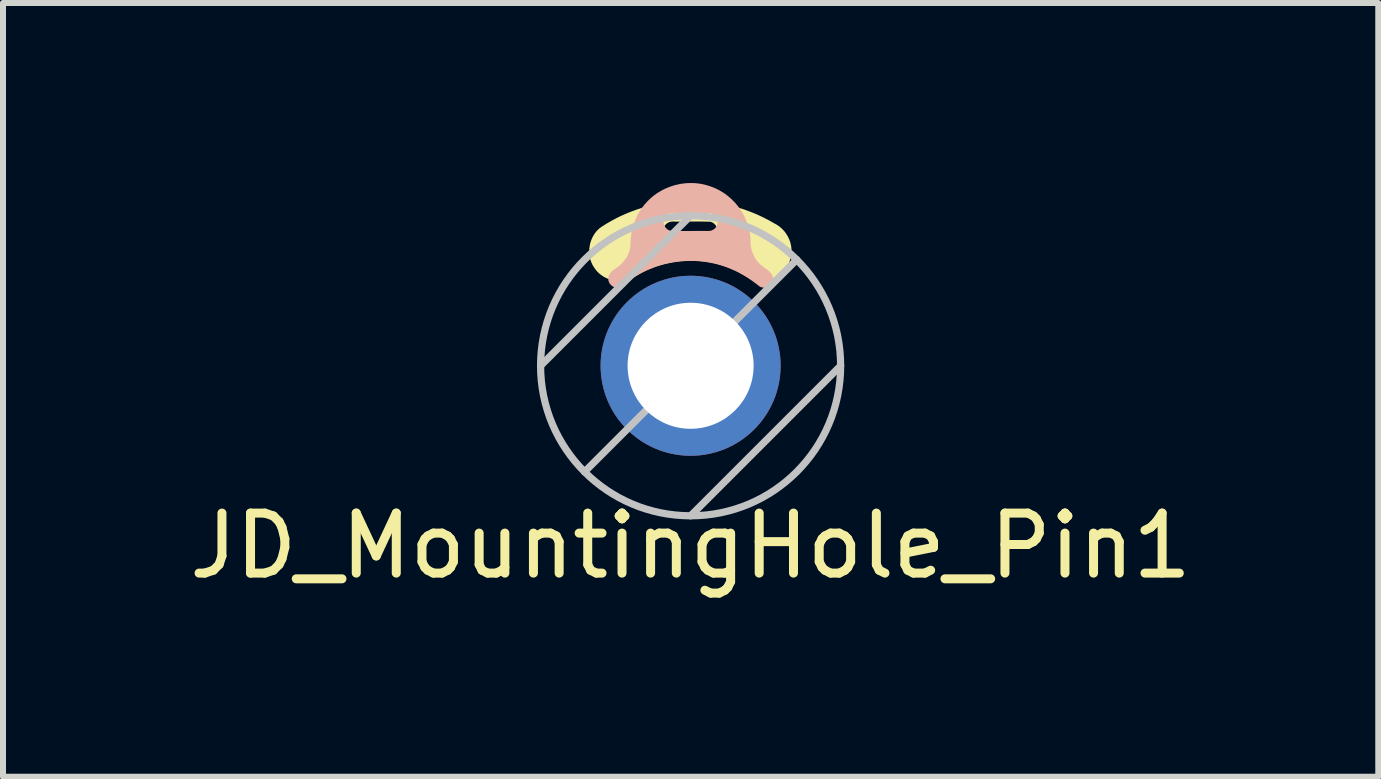
<source format=kicad_pcb>
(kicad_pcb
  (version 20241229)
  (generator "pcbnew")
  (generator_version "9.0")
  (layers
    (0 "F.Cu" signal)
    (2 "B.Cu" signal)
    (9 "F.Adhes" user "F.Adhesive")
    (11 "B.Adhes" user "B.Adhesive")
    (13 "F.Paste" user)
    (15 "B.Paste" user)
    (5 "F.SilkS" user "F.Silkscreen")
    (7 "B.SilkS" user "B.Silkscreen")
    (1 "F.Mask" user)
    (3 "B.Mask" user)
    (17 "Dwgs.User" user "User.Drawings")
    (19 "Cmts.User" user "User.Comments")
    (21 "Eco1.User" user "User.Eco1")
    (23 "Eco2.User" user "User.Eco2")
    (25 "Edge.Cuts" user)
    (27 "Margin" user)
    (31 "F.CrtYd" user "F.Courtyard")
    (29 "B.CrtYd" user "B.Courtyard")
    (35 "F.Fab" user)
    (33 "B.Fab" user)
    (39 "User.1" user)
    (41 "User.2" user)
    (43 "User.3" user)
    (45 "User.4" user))
  (footprint "JD_MountingHole_Pin1"
    (layer "F.Cu")
    (at 8.458 3.045)
    (property "Reference" "JD_MountingHole_Pin1" (at 0 3 0) (layer "F.SilkS") (effects (font (size 1 1) (thickness 0.15))))
    (attr through_hole)
    (fp_poly (pts (xy 0.000316 -2.753) (xy -0.304 -2.403) (xy -0.287 -2.403) (xy -0.269 -2.403) (xy -0.252 -2.402) (xy -0.234 -2.402) (xy -0.217 -2.402) (xy -0.199 -2.402) (xy -0.182 -2.402) (xy -0.164 -2.402) (xy -0.147 -2.402) (xy -0.129 -2.403) (xy -0.112 -2.403) (xy -0.094 -2.403) (xy -0.077 -2.403) (xy -0.059 -2.403) (xy -0.042 -2.403) (xy -0.024 -2.403) (xy -0.006 -2.403) (xy 0.011 -2.403) (xy 0.029 -2.403) (xy 0.046 -2.403) (xy 0.064 -2.403) (xy 0.081 -2.403) (xy 0.099 -2.403) (xy 0.116 -2.403) (xy 0.134 -2.403) (xy 0.151 -2.403) (xy 0.169 -2.403) (xy 0.186 -2.403) (xy 0.204 -2.403) (xy 0.221 -2.402) (xy 0.239 -2.402) (xy 0.256 -2.402) (xy 0.274 -2.401) (xy 0.291 -2.401) (xy 0.308 -2.4) (xy 0.326 -2.4) (xy 0.34 -2.397) (xy 0.354 -2.392) (xy 0.367 -2.386) (xy 0.379 -2.378) (xy 0.39 -2.37) (xy 0.4 -2.36) (xy 0.41 -2.35) (xy 0.418 -2.339) (xy 0.425 -2.327) (xy 0.431 -2.314) (xy 0.437 -2.301) (xy 0.44 -2.287) (xy 0.443 -2.273) (xy 0.445 -2.26) (xy 0.445 -2.245) (xy 0.444 -2.231) (xy 0.442 -2.218) (xy 0.438 -2.204) (xy 0.433 -2.191) (xy 0.427 -2.178) (xy 0.419 -2.166) (xy 0.409 -2.155) (xy 0.398 -2.142) (xy 0.385 -2.132) (xy 0.372 -2.123) (xy 0.358 -2.117) (xy 0.343 -2.111) (xy 0.328 -2.107) (xy 0.312 -2.105) (xy 0.297 -2.103) (xy 0.28 -2.102) (xy 0.264 -2.102) (xy 0.248 -2.102) (xy 0.231 -2.102) (xy 0.215 -2.103) (xy 0.198 -2.103) (xy 0.182 -2.104) (xy 0.166 -2.104) (xy 0.151 -2.103) (xy 0.133 -2.103) (xy 0.116 -2.103) (xy 0.099 -2.103) (xy 0.082 -2.103) (xy 0.064 -2.103) (xy 0.047 -2.103) (xy 0.03 -2.103) (xy 0.012 -2.103) (xy -0.005 -2.103) (xy -0.022 -2.103) (xy -0.04 -2.103) (xy -0.057 -2.103) (xy -0.074 -2.103) (xy -0.092 -2.102) (xy -0.109 -2.102) (xy -0.126 -2.102) (xy -0.144 -2.102) (xy -0.161 -2.102) (xy -0.178 -2.102) (xy -0.196 -2.102) (xy -0.213 -2.103) (xy -0.23 -2.103) (xy -0.248 -2.103) (xy -0.265 -2.103) (xy -0.282 -2.104) (xy -0.3 -2.104) (xy -0.317 -2.105) (xy -0.334 -2.106) (xy -0.349 -2.109) (xy -0.362 -2.113) (xy -0.375 -2.119) (xy -0.387 -2.127) (xy -0.399 -2.135) (xy -0.409 -2.145) (xy -0.418 -2.155) (xy -0.427 -2.166) (xy -0.434 -2.178) (xy -0.44 -2.191) (xy -0.445 -2.204) (xy -0.449 -2.218) (xy -0.452 -2.231) (xy -0.454 -2.245) (xy -0.454 -2.259) (xy -0.453 -2.273) (xy -0.451 -2.287) (xy -0.448 -2.301) (xy -0.443 -2.314) (xy -0.436 -2.327) (xy -0.428 -2.339) (xy -0.419 -2.35) (xy -0.408 -2.362) (xy -0.395 -2.372) (xy -0.382 -2.381) (xy -0.367 -2.389) (xy -0.352 -2.395) (xy -0.336 -2.399) (xy -0.32 -2.402) (xy -0.304 -2.403) (xy 0.000316 -2.753) (xy -0.017 -2.753) (xy -0.034 -2.753) (xy -0.052 -2.752) (xy -0.069 -2.752) (xy -0.086 -2.751) (xy -0.103 -2.751) (xy -0.121 -2.75) (xy -0.138 -2.749) (xy -0.155 -2.748) (xy -0.172 -2.747) (xy -0.19 -2.746) (xy -0.207 -2.745) (xy -0.224 -2.743) (xy -0.241 -2.742) (xy -0.259 -2.74) (xy -0.276 -2.739) (xy -0.293 -2.737) (xy -0.31 -2.735) (xy -0.328 -2.733) (xy -0.345 -2.731) (xy -0.362 -2.729) (xy -0.379 -2.726) (xy -0.396 -2.724) (xy -0.413 -2.721) (xy -0.43 -2.719) (xy -0.448 -2.716) (xy -0.465 -2.713) (xy -0.482 -2.71) (xy -0.499 -2.707) (xy -0.516 -2.704) (xy -0.533 -2.701) (xy -0.55 -2.697) (xy -0.567 -2.694) (xy -0.584 -2.69) (xy -0.601 -2.686) (xy -0.618 -2.683) (xy -0.634 -2.679) (xy -0.651 -2.675) (xy -0.668 -2.671) (xy -0.685 -2.666) (xy -0.702 -2.662) (xy -0.718 -2.658) (xy -0.735 -2.653) (xy -0.752 -2.648) (xy -0.768 -2.644) (xy -0.785 -2.639) (xy -0.802 -2.634) (xy -0.818 -2.629) (xy -0.835 -2.623) (xy -0.851 -2.618) (xy -0.868 -2.613) (xy -0.884 -2.607) (xy -0.9 -2.602) (xy -0.917 -2.596) (xy -0.933 -2.59) (xy -0.949 -2.584) (xy -0.966 -2.578) (xy -0.982 -2.572) (xy -0.998 -2.566) (xy -1.014 -2.56) (xy -1.03 -2.553) (xy -1.046 -2.547) (xy -1.062 -2.54) (xy -1.078 -2.533) (xy -1.094 -2.526) (xy -1.11 -2.519) (xy -1.126 -2.512) (xy -1.141 -2.505) (xy -1.157 -2.498) (xy -1.173 -2.491) (xy -1.188 -2.483) (xy -1.204 -2.476) (xy -1.219 -2.468) (xy -1.235 -2.46) (xy -1.25 -2.452) (xy -1.265 -2.444) (xy -1.281 -2.436) (xy -1.296 -2.428) (xy -1.311 -2.42) (xy -1.326 -2.411) (xy -1.341 -2.403) (xy -1.356 -2.394) (xy -1.371 -2.385) (xy -1.386 -2.377) (xy -1.401 -2.368) (xy -1.416 -2.359) (xy -1.43 -2.35) (xy -1.445 -2.34) (xy -1.46 -2.331) (xy -1.474 -2.322) (xy -1.489 -2.312) (xy -1.503 -2.302) (xy -1.516 -2.292) (xy -1.528 -2.282) (xy -1.539 -2.271) (xy -1.551 -2.26) (xy -1.562 -2.249) (xy -1.572 -2.237) (xy -1.582 -2.224) (xy -1.592 -2.212) (xy -1.601 -2.199) (xy -1.609 -2.186) (xy -1.618 -2.173) (xy -1.625 -2.159) (xy -1.633 -2.145) (xy -1.64 -2.131) (xy -1.646 -2.116) (xy -1.652 -2.102) (xy -1.658 -2.087) (xy -1.663 -2.072) (xy -1.668 -2.057) (xy -1.672 -2.042) (xy -1.676 -2.027) (xy -1.679 -2.011) (xy -1.682 -1.996) (xy -1.684 -1.98) (xy -1.686 -1.965) (xy -1.688 -1.949) (xy -1.689 -1.933) (xy -1.689 -1.917) (xy -1.689 -1.902) (xy -1.689 -1.886) (xy -1.688 -1.87) (xy -1.686 -1.854) (xy -1.684 -1.839) (xy -1.682 -1.823) (xy -1.679 -1.808) (xy -1.676 -1.792) (xy -1.672 -1.777) (xy -1.667 -1.762) (xy -1.663 -1.747) (xy -1.657 -1.732) (xy -1.651 -1.717) (xy -1.645 -1.703) (xy -1.638 -1.689) (xy -1.631 -1.675) (xy -1.623 -1.661) (xy -1.614 -1.647) (xy -1.605 -1.634) (xy -1.596 -1.621) (xy -1.587 -1.608) (xy -1.577 -1.595) (xy -1.567 -1.583) (xy -1.557 -1.571) (xy -1.546 -1.56) (xy -1.534 -1.549) (xy -1.523 -1.538) (xy -1.511 -1.528) (xy -1.498 -1.518) (xy -1.486 -1.509) (xy -1.473 -1.5) (xy -1.459 -1.491) (xy -1.446 -1.483) (xy -1.432 -1.475) (xy -1.418 -1.468) (xy -1.404 -1.461) (xy -1.39 -1.455) (xy -1.375 -1.449) (xy -1.36 -1.443) (xy -1.345 -1.438) (xy -1.33 -1.434) (xy -1.315 -1.429) (xy -1.3 -1.426) (xy -1.284 -1.422) (xy -1.269 -1.42) (xy -1.253 -1.417) (xy -1.238 -1.416) (xy -1.222 -1.414) (xy -1.206 -1.413) (xy -1.19 -1.413) (xy -1.175 -1.413) (xy -1.159 -1.413) (xy -1.143 -1.415) (xy -1.127 -1.416) (xy -1.112 -1.418) (xy -1.096 -1.421) (xy -1.081 -1.424) (xy -1.065 -1.427) (xy -1.05 -1.431) (xy -1.035 -1.436) (xy -1.02 -1.441) (xy -1.005 -1.447) (xy -0.991 -1.453) (xy -0.976 -1.46) (xy -0.962 -1.467) (xy -0.948 -1.475) (xy -0.934 -1.484) (xy -0.92 -1.493) (xy -0.905 -1.502) (xy -0.891 -1.51) (xy -0.876 -1.519) (xy -0.862 -1.527) (xy -0.847 -1.535) (xy -0.832 -1.544) (xy -0.818 -1.551) (xy -0.803 -1.559) (xy -0.788 -1.567) (xy -0.773 -1.574) (xy -0.758 -1.582) (xy -0.742 -1.589) (xy -0.727 -1.596) (xy -0.712 -1.603) (xy -0.696 -1.609) (xy -0.681 -1.616) (xy -0.665 -1.622) (xy -0.65 -1.628) (xy -0.634 -1.635) (xy -0.618 -1.641) (xy -0.603 -1.646) (xy -0.587 -1.652) (xy -0.571 -1.657) (xy -0.555 -1.663) (xy -0.539 -1.668) (xy -0.523 -1.673) (xy -0.507 -1.678) (xy -0.491 -1.683) (xy -0.475 -1.687) (xy -0.459 -1.692) (xy -0.442 -1.696) (xy -0.426 -1.7) (xy -0.41 -1.704) (xy -0.393 -1.708) (xy -0.377 -1.711) (xy -0.361 -1.715) (xy -0.344 -1.718) (xy -0.328 -1.721) (xy -0.311 -1.724) (xy -0.295 -1.727) (xy -0.278 -1.73) (xy -0.262 -1.733) (xy -0.245 -1.735) (xy -0.228 -1.737) (xy -0.212 -1.739) (xy -0.195 -1.741) (xy -0.178 -1.743) (xy -0.162 -1.745) (xy -0.145 -1.746) (xy -0.128 -1.747) (xy -0.111 -1.749) (xy -0.095 -1.75) (xy -0.078 -1.75) (xy -0.061 -1.751) (xy -0.044 -1.752) (xy -0.028 -1.752) (xy -0.011 -1.752) (xy 0.006 -1.752) (xy 0.023 -1.752) (xy 0.04 -1.752) (xy 0.056 -1.752) (xy 0.073 -1.751) (xy 0.09 -1.75) (xy 0.107 -1.749) (xy 0.123 -1.748) (xy 0.14 -1.747) (xy 0.157 -1.746) (xy 0.174 -1.744) (xy 0.19 -1.742) (xy 0.207 -1.741) (xy 0.224 -1.739) (xy 0.24 -1.736) (xy 0.257 -1.734) (xy 0.273 -1.732) (xy 0.29 -1.729) (xy 0.307 -1.726) (xy 0.323 -1.723) (xy 0.34 -1.72) (xy 0.356 -1.717) (xy 0.372 -1.713) (xy 0.389 -1.71) (xy 0.405 -1.706) (xy 0.421 -1.702) (xy 0.438 -1.698) (xy 0.454 -1.694) (xy 0.47 -1.689) (xy 0.486 -1.685) (xy 0.502 -1.68) (xy 0.518 -1.675) (xy 0.534 -1.67) (xy 0.55 -1.665) (xy 0.566 -1.659) (xy 0.582 -1.654) (xy 0.598 -1.648) (xy 0.614 -1.642) (xy 0.63 -1.636) (xy 0.645 -1.63) (xy 0.661 -1.623) (xy 0.676 -1.617) (xy 0.692 -1.61) (xy 0.707 -1.604) (xy 0.722 -1.598) (xy 0.737 -1.591) (xy 0.751 -1.584) (xy 0.766 -1.577) (xy 0.781 -1.569) (xy 0.795 -1.562) (xy 0.81 -1.554) (xy 0.824 -1.545) (xy 0.838 -1.537) (xy 0.853 -1.529) (xy 0.867 -1.521) (xy 0.881 -1.513) (xy 0.896 -1.505) (xy 0.91 -1.497) (xy 0.924 -1.489) (xy 0.939 -1.481) (xy 0.954 -1.474) (xy 0.968 -1.467) (xy 0.983 -1.46) (xy 0.998 -1.454) (xy 1.013 -1.448) (xy 1.028 -1.442) (xy 1.044 -1.437) (xy 1.059 -1.432) (xy 1.075 -1.428) (xy 1.091 -1.425) (xy 1.107 -1.422) (xy 1.123 -1.42) (xy 1.14 -1.419) (xy 1.157 -1.419) (xy 1.173 -1.418) (xy 1.189 -1.418) (xy 1.205 -1.418) (xy 1.221 -1.419) (xy 1.236 -1.42) (xy 1.252 -1.422) (xy 1.268 -1.425) (xy 1.283 -1.428) (xy 1.299 -1.431) (xy 1.314 -1.435) (xy 1.329 -1.44) (xy 1.344 -1.445) (xy 1.358 -1.451) (xy 1.373 -1.457) (xy 1.387 -1.463) (xy 1.402 -1.47) (xy 1.416 -1.477) (xy 1.429 -1.485) (xy 1.443 -1.493) (xy 1.456 -1.502) (xy 1.469 -1.511) (xy 1.482 -1.52) (xy 1.494 -1.53) (xy 1.506 -1.54) (xy 1.518 -1.55) (xy 1.53 -1.561) (xy 1.541 -1.572) (xy 1.551 -1.584) (xy 1.562 -1.596) (xy 1.572 -1.608) (xy 1.582 -1.62) (xy 1.591 -1.633) (xy 1.6 -1.646) (xy 1.608 -1.659) (xy 1.617 -1.673) (xy 1.624 -1.686) (xy 1.631 -1.7) (xy 1.638 -1.715) (xy 1.644 -1.729) (xy 1.65 -1.744) (xy 1.655 -1.759) (xy 1.66 -1.774) (xy 1.664 -1.789) (xy 1.668 -1.804) (xy 1.671 -1.82) (xy 1.674 -1.836) (xy 1.676 -1.852) (xy 1.678 -1.868) (xy 1.68 -1.884) (xy 1.681 -1.9) (xy 1.681 -1.917) (xy 1.681 -1.933) (xy 1.68 -1.949) (xy 1.679 -1.965) (xy 1.677 -1.981) (xy 1.675 -1.997) (xy 1.672 -2.013) (xy 1.668 -2.029) (xy 1.664 -2.044) (xy 1.66 -2.06) (xy 1.655 -2.075) (xy 1.649 -2.09) (xy 1.644 -2.105) (xy 1.637 -2.12) (xy 1.63 -2.135) (xy 1.623 -2.149) (xy 1.615 -2.164) (xy 1.607 -2.177) (xy 1.598 -2.191) (xy 1.589 -2.205) (xy 1.58 -2.218) (xy 1.57 -2.231) (xy 1.56 -2.243) (xy 1.549 -2.255) (xy 1.538 -2.267) (xy 1.527 -2.279) (xy 1.515 -2.29) (xy 1.503 -2.301) (xy 1.491 -2.311) (xy 1.478 -2.321) (xy 1.465 -2.331) (xy 1.452 -2.34) (xy 1.438 -2.349) (xy 1.424 -2.357) (xy 1.41 -2.365) (xy 1.395 -2.372) (xy 1.38 -2.381) (xy 1.365 -2.39) (xy 1.35 -2.398) (xy 1.335 -2.407) (xy 1.32 -2.415) (xy 1.304 -2.424) (xy 1.289 -2.432) (xy 1.273 -2.44) (xy 1.258 -2.448) (xy 1.242 -2.456) (xy 1.227 -2.464) (xy 1.211 -2.472) (xy 1.196 -2.479) (xy 1.18 -2.487) (xy 1.164 -2.494) (xy 1.148 -2.501) (xy 1.133 -2.509) (xy 1.117 -2.516) (xy 1.101 -2.523) (xy 1.085 -2.53) (xy 1.069 -2.537) (xy 1.053 -2.543) (xy 1.036 -2.55) (xy 1.02 -2.556) (xy 1.004 -2.563) (xy 0.988 -2.569) (xy 0.972 -2.575) (xy 0.955 -2.581) (xy 0.939 -2.587) (xy 0.923 -2.593) (xy 0.906 -2.599) (xy 0.89 -2.605) (xy 0.873 -2.61) (xy 0.857 -2.616) (xy 0.84 -2.621) (xy 0.823 -2.626) (xy 0.807 -2.632) (xy 0.79 -2.637) (xy 0.773 -2.642) (xy 0.757 -2.646) (xy 0.74 -2.651) (xy 0.723 -2.656) (xy 0.706 -2.66) (xy 0.69 -2.665) (xy 0.673 -2.669) (xy 0.656 -2.673) (xy 0.639 -2.677) (xy 0.622 -2.681) (xy 0.605 -2.685) (xy 0.588 -2.689) (xy 0.571 -2.693) (xy 0.554 -2.696) (xy 0.537 -2.7) (xy 0.52 -2.703) (xy 0.503 -2.706) (xy 0.485 -2.71) (xy 0.468 -2.713) (xy 0.451 -2.715) (xy 0.434 -2.718) (xy 0.417 -2.721) (xy 0.4 -2.724) (xy 0.382 -2.726) (xy 0.365 -2.728) (xy 0.348 -2.731) (xy 0.33 -2.733) (xy 0.313 -2.735) (xy 0.296 -2.737) (xy 0.279 -2.739) (xy 0.261 -2.74) (xy 0.244 -2.742) (xy 0.227 -2.744) (xy 0.209 -2.745) (xy 0.192 -2.746) (xy 0.174 -2.747) (xy 0.157 -2.748) (xy 0.14 -2.749) (xy 0.122 -2.75) (xy 0.105 -2.751) (xy 0.087 -2.751) (xy 0.07 -2.752) (xy 0.053 -2.752) (xy 0.035 -2.753) (xy 0.018 -2.753) (xy 0.000316 -2.753)) (stroke (width 0) (type solid)) (fill yes) (layer "F.SilkS"))
    (fp_poly (pts (xy -1.221 -1.302) (xy 0.3 -2.247) (xy 0.283 -2.247) (xy 0.265 -2.247) (xy 0.248 -2.247) (xy 0.231 -2.247) (xy 0.213 -2.247) (xy 0.196 -2.247) (xy 0.179 -2.247) (xy 0.161 -2.247) (xy 0.144 -2.247) (xy 0.126 -2.247) (xy 0.109 -2.247) (xy 0.092 -2.247) (xy 0.074 -2.247) (xy 0.057 -2.247) (xy 0.039 -2.247) (xy 0.022 -2.247) (xy 0.005 -2.246) (xy -0.013 -2.246) (xy -0.03 -2.246) (xy -0.048 -2.246) (xy -0.065 -2.246) (xy -0.082 -2.246) (xy -0.1 -2.246) (xy -0.117 -2.246) (xy -0.134 -2.246) (xy -0.152 -2.246) (xy -0.169 -2.247) (xy -0.187 -2.247) (xy -0.204 -2.247) (xy -0.221 -2.247) (xy -0.239 -2.247) (xy -0.256 -2.247) (xy -0.273 -2.248) (xy -0.291 -2.248) (xy -0.308 -2.248) (xy -0.326 -2.249) (xy -0.34 -2.252) (xy -0.354 -2.256) (xy -0.368 -2.262) (xy -0.38 -2.269) (xy -0.392 -2.277) (xy -0.402 -2.287) (xy -0.412 -2.297) (xy -0.421 -2.308) (xy -0.428 -2.32) (xy -0.435 -2.333) (xy -0.441 -2.347) (xy -0.445 -2.36) (xy -0.448 -2.374) (xy -0.45 -2.388) (xy -0.45 -2.403) (xy -0.449 -2.417) (xy -0.447 -2.431) (xy -0.443 -2.445) (xy -0.438 -2.458) (xy -0.431 -2.471) (xy -0.422 -2.484) (xy -0.413 -2.497) (xy -0.402 -2.508) (xy -0.39 -2.517) (xy -0.378 -2.525) (xy -0.364 -2.532) (xy -0.35 -2.537) (xy -0.335 -2.541) (xy -0.32 -2.544) (xy -0.305 -2.546) (xy -0.29 -2.548) (xy -0.274 -2.548) (xy -0.259 -2.548) (xy -0.243 -2.548) (xy -0.228 -2.547) (xy -0.211 -2.547) (xy -0.194 -2.546) (xy -0.176 -2.546) (xy -0.159 -2.546) (xy -0.142 -2.546) (xy -0.124 -2.546) (xy -0.107 -2.546) (xy -0.09 -2.546) (xy -0.072 -2.546) (xy -0.055 -2.547) (xy -0.038 -2.547) (xy -0.02 -2.547) (xy -0.003 -2.547) (xy 0.014 -2.547) (xy 0.032 -2.547) (xy 0.049 -2.547) (xy 0.066 -2.547) (xy 0.084 -2.547) (xy 0.101 -2.547) (xy 0.118 -2.547) (xy 0.136 -2.547) (xy 0.153 -2.547) (xy 0.17 -2.547) (xy 0.188 -2.547) (xy 0.205 -2.547) (xy 0.222 -2.546) (xy 0.24 -2.546) (xy 0.257 -2.546) (xy 0.274 -2.546) (xy 0.291 -2.545) (xy 0.309 -2.545) (xy 0.326 -2.544) (xy 0.341 -2.542) (xy 0.355 -2.537) (xy 0.368 -2.531) (xy 0.38 -2.524) (xy 0.392 -2.516) (xy 0.403 -2.506) (xy 0.412 -2.496) (xy 0.421 -2.484) (xy 0.429 -2.472) (xy 0.435 -2.459) (xy 0.441 -2.446) (xy 0.445 -2.432) (xy 0.448 -2.418) (xy 0.449 -2.404) (xy 0.45 -2.39) (xy 0.449 -2.376) (xy 0.446 -2.362) (xy 0.443 -2.348) (xy 0.437 -2.334) (xy 0.43 -2.321) (xy 0.422 -2.309) (xy 0.412 -2.297) (xy 0.401 -2.286) (xy 0.389 -2.276) (xy 0.375 -2.267) (xy 0.361 -2.26) (xy 0.347 -2.254) (xy 0.332 -2.25) (xy 0.316 -2.247) (xy 0.3 -2.247) (xy -1.221 -1.302) (xy -1.205 -1.303) (xy -1.189 -1.306) (xy -1.175 -1.31) (xy -1.16 -1.316) (xy -1.147 -1.323) (xy -1.134 -1.331) (xy -1.121 -1.339) (xy -1.108 -1.349) (xy -1.096 -1.359) (xy -1.084 -1.369) (xy -1.072 -1.38) (xy -1.06 -1.39) (xy -1.047 -1.4) (xy -1.035 -1.41) (xy -1.023 -1.419) (xy -1.01 -1.428) (xy -0.996 -1.436) (xy -0.983 -1.445) (xy -0.969 -1.455) (xy -0.954 -1.464) (xy -0.94 -1.473) (xy -0.926 -1.483) (xy -0.912 -1.491) (xy -0.897 -1.5) (xy -0.883 -1.509) (xy -0.868 -1.517) (xy -0.854 -1.526) (xy -0.839 -1.534) (xy -0.824 -1.542) (xy -0.809 -1.55) (xy -0.794 -1.558) (xy -0.779 -1.565) (xy -0.764 -1.572) (xy -0.749 -1.58) (xy -0.733 -1.587) (xy -0.718 -1.594) (xy -0.703 -1.601) (xy -0.687 -1.607) (xy -0.671 -1.614) (xy -0.656 -1.62) (xy -0.64 -1.626) (xy -0.624 -1.632) (xy -0.609 -1.638) (xy -0.593 -1.644) (xy -0.577 -1.65) (xy -0.561 -1.655) (xy -0.545 -1.66) (xy -0.529 -1.665) (xy -0.513 -1.67) (xy -0.497 -1.675) (xy -0.48 -1.68) (xy -0.464 -1.684) (xy -0.448 -1.689) (xy -0.432 -1.693) (xy -0.415 -1.697) (xy -0.399 -1.701) (xy -0.382 -1.704) (xy -0.366 -1.708) (xy -0.349 -1.711) (xy -0.333 -1.715) (xy -0.316 -1.718) (xy -0.3 -1.721) (xy -0.283 -1.724) (xy -0.266 -1.726) (xy -0.25 -1.729) (xy -0.233 -1.731) (xy -0.216 -1.733) (xy -0.2 -1.735) (xy -0.183 -1.737) (xy -0.166 -1.739) (xy -0.149 -1.74) (xy -0.132 -1.741) (xy -0.116 -1.743) (xy -0.099 -1.744) (xy -0.082 -1.745) (xy -0.065 -1.745) (xy -0.048 -1.746) (xy -0.031 -1.746) (xy -0.015 -1.747) (xy 0.002 -1.747) (xy 0.019 -1.747) (xy 0.036 -1.746) (xy 0.053 -1.746) (xy 0.07 -1.746) (xy 0.087 -1.745) (xy 0.103 -1.744) (xy 0.12 -1.743) (xy 0.137 -1.742) (xy 0.154 -1.74) (xy 0.171 -1.739) (xy 0.187 -1.737) (xy 0.204 -1.735) (xy 0.221 -1.733) (xy 0.238 -1.731) (xy 0.254 -1.729) (xy 0.271 -1.727) (xy 0.288 -1.724) (xy 0.304 -1.721) (xy 0.321 -1.718) (xy 0.337 -1.715) (xy 0.354 -1.712) (xy 0.37 -1.708) (xy 0.387 -1.705) (xy 0.403 -1.701) (xy 0.42 -1.697) (xy 0.436 -1.693) (xy 0.452 -1.689) (xy 0.469 -1.684) (xy 0.485 -1.68) (xy 0.501 -1.675) (xy 0.517 -1.67) (xy 0.533 -1.665) (xy 0.549 -1.66) (xy 0.565 -1.654) (xy 0.581 -1.649) (xy 0.597 -1.643) (xy 0.613 -1.637) (xy 0.629 -1.631) (xy 0.645 -1.625) (xy 0.66 -1.618) (xy 0.676 -1.612) (xy 0.691 -1.605) (xy 0.707 -1.598) (xy 0.723 -1.591) (xy 0.739 -1.584) (xy 0.755 -1.577) (xy 0.771 -1.569) (xy 0.786 -1.561) (xy 0.802 -1.554) (xy 0.817 -1.545) (xy 0.833 -1.537) (xy 0.848 -1.529) (xy 0.863 -1.52) (xy 0.878 -1.511) (xy 0.893 -1.502) (xy 0.908 -1.493) (xy 0.923 -1.484) (xy 0.938 -1.474) (xy 0.952 -1.465) (xy 0.967 -1.455) (xy 0.981 -1.445) (xy 0.996 -1.436) (xy 1.01 -1.426) (xy 1.025 -1.415) (xy 1.039 -1.405) (xy 1.053 -1.395) (xy 1.067 -1.385) (xy 1.081 -1.374) (xy 1.095 -1.364) (xy 1.109 -1.353) (xy 1.123 -1.342) (xy 1.136 -1.332) (xy 1.15 -1.321) (xy 1.163 -1.314) (xy 1.177 -1.309) (xy 1.191 -1.305) (xy 1.205 -1.303) (xy 1.219 -1.302) (xy 1.234 -1.303) (xy 1.248 -1.305) (xy 1.262 -1.309) (xy 1.275 -1.314) (xy 1.288 -1.32) (xy 1.301 -1.327) (xy 1.312 -1.335) (xy 1.323 -1.344) (xy 1.333 -1.354) (xy 1.343 -1.365) (xy 1.351 -1.377) (xy 1.357 -1.389) (xy 1.363 -1.403) (xy 1.367 -1.416) (xy 1.369 -1.431) (xy 1.37 -1.446) (xy 1.37 -1.462) (xy 1.369 -1.478) (xy 1.365 -1.493) (xy 1.36 -1.507) (xy 1.354 -1.52) (xy 1.346 -1.533) (xy 1.337 -1.545) (xy 1.327 -1.557) (xy 1.316 -1.568) (xy 1.305 -1.578) (xy 1.293 -1.589) (xy 1.28 -1.598) (xy 1.268 -1.608) (xy 1.255 -1.617) (xy 1.242 -1.627) (xy 1.23 -1.636) (xy 1.218 -1.645) (xy 1.206 -1.653) (xy 1.193 -1.663) (xy 1.179 -1.674) (xy 1.167 -1.684) (xy 1.155 -1.696) (xy 1.143 -1.707) (xy 1.132 -1.719) (xy 1.121 -1.731) (xy 1.11 -1.744) (xy 1.1 -1.757) (xy 1.091 -1.771) (xy 1.082 -1.784) (xy 1.073 -1.798) (xy 1.065 -1.813) (xy 1.057 -1.827) (xy 1.05 -1.842) (xy 1.043 -1.857) (xy 1.037 -1.872) (xy 1.031 -1.887) (xy 1.025 -1.903) (xy 1.02 -1.919) (xy 1.016 -1.935) (xy 1.012 -1.951) (xy 1.009 -1.967) (xy 1.006 -1.983) (xy 1.003 -1.999) (xy 1.001 -2.016) (xy 1 -2.032) (xy 0.999 -2.049) (xy 0.998 -2.065) (xy 0.998 -2.082) (xy 0.999 -2.098) (xy 0.998 -2.115) (xy 0.997 -2.131) (xy 0.996 -2.148) (xy 0.994 -2.164) (xy 0.992 -2.181) (xy 0.989 -2.197) (xy 0.987 -2.213) (xy 0.984 -2.229) (xy 0.981 -2.246) (xy 0.977 -2.262) (xy 0.974 -2.278) (xy 0.97 -2.294) (xy 0.965 -2.309) (xy 0.961 -2.325) (xy 0.956 -2.341) (xy 0.951 -2.357) (xy 0.946 -2.372) (xy 0.94 -2.388) (xy 0.934 -2.403) (xy 0.928 -2.418) (xy 0.922 -2.433) (xy 0.915 -2.448) (xy 0.908 -2.463) (xy 0.901 -2.478) (xy 0.894 -2.493) (xy 0.887 -2.507) (xy 0.879 -2.522) (xy 0.871 -2.536) (xy 0.863 -2.55) (xy 0.854 -2.565) (xy 0.845 -2.578) (xy 0.836 -2.592) (xy 0.827 -2.606) (xy 0.818 -2.619) (xy 0.808 -2.633) (xy 0.799 -2.646) (xy 0.789 -2.659) (xy 0.778 -2.672) (xy 0.768 -2.685) (xy 0.757 -2.697) (xy 0.747 -2.71) (xy 0.736 -2.722) (xy 0.724 -2.734) (xy 0.713 -2.746) (xy 0.701 -2.757) (xy 0.69 -2.769) (xy 0.678 -2.78) (xy 0.666 -2.791) (xy 0.653 -2.802) (xy 0.641 -2.813) (xy 0.628 -2.823) (xy 0.615 -2.834) (xy 0.602 -2.844) (xy 0.589 -2.854) (xy 0.576 -2.863) (xy 0.563 -2.873) (xy 0.549 -2.882) (xy 0.535 -2.891) (xy 0.521 -2.899) (xy 0.507 -2.908) (xy 0.493 -2.916) (xy 0.479 -2.924) (xy 0.464 -2.932) (xy 0.449 -2.939) (xy 0.435 -2.947) (xy 0.42 -2.954) (xy 0.405 -2.96) (xy 0.39 -2.967) (xy 0.374 -2.973) (xy 0.359 -2.979) (xy 0.343 -2.984) (xy 0.328 -2.99) (xy 0.312 -2.995) (xy 0.296 -3) (xy 0.281 -3.005) (xy 0.265 -3.01) (xy 0.249 -3.014) (xy 0.233 -3.018) (xy 0.217 -3.022) (xy 0.201 -3.025) (xy 0.185 -3.029) (xy 0.168 -3.032) (xy 0.152 -3.034) (xy 0.136 -3.036) (xy 0.12 -3.039) (xy 0.103 -3.04) (xy 0.087 -3.042) (xy 0.07 -3.043) (xy 0.054 -3.044) (xy 0.038 -3.045) (xy 0.021 -3.045) (xy 0.005 -3.045) (xy -0.012 -3.045) (xy -0.028 -3.045) (xy -0.044 -3.044) (xy -0.061 -3.043) (xy -0.077 -3.042) (xy -0.094 -3.04) (xy -0.11 -3.038) (xy -0.126 -3.036) (xy -0.142 -3.034) (xy -0.159 -3.032) (xy -0.175 -3.029) (xy -0.191 -3.026) (xy -0.207 -3.022) (xy -0.223 -3.019) (xy -0.239 -3.015) (xy -0.255 -3.011) (xy -0.271 -3.007) (xy -0.287 -3.002) (xy -0.302 -2.997) (xy -0.318 -2.992) (xy -0.334 -2.987) (xy -0.349 -2.981) (xy -0.364 -2.975) (xy -0.38 -2.969) (xy -0.395 -2.963) (xy -0.41 -2.957) (xy -0.425 -2.95) (xy -0.44 -2.943) (xy -0.455 -2.935) (xy -0.469 -2.928) (xy -0.484 -2.92) (xy -0.498 -2.912) (xy -0.512 -2.904) (xy -0.526 -2.895) (xy -0.54 -2.887) (xy -0.554 -2.878) (xy -0.568 -2.869) (xy -0.581 -2.859) (xy -0.594 -2.85) (xy -0.608 -2.84) (xy -0.621 -2.83) (xy -0.633 -2.82) (xy -0.646 -2.809) (xy -0.658 -2.798) (xy -0.671 -2.787) (xy -0.683 -2.776) (xy -0.695 -2.765) (xy -0.706 -2.753) (xy -0.718 -2.741) (xy -0.729 -2.729) (xy -0.74 -2.717) (xy -0.751 -2.705) (xy -0.763 -2.692) (xy -0.774 -2.679) (xy -0.784 -2.665) (xy -0.795 -2.652) (xy -0.805 -2.638) (xy -0.815 -2.624) (xy -0.825 -2.61) (xy -0.834 -2.596) (xy -0.844 -2.582) (xy -0.853 -2.568) (xy -0.861 -2.553) (xy -0.87 -2.538) (xy -0.878 -2.523) (xy -0.886 -2.508) (xy -0.894 -2.493) (xy -0.901 -2.478) (xy -0.908 -2.462) (xy -0.915 -2.447) (xy -0.922 -2.431) (xy -0.928 -2.415) (xy -0.934 -2.399) (xy -0.94 -2.383) (xy -0.946 -2.367) (xy -0.951 -2.351) (xy -0.956 -2.335) (xy -0.961 -2.319) (xy -0.966 -2.302) (xy -0.97 -2.286) (xy -0.974 -2.269) (xy -0.978 -2.252) (xy -0.981 -2.236) (xy -0.984 -2.219) (xy -0.987 -2.202) (xy -0.99 -2.185) (xy -0.992 -2.168) (xy -0.994 -2.151) (xy -0.996 -2.134) (xy -0.998 -2.118) (xy -0.999 -2.1) (xy -1 -2.083) (xy -1.001 -2.066) (xy -1.001 -2.049) (xy -1.002 -2.032) (xy -1.002 -2.015) (xy -1.003 -1.998) (xy -1.005 -1.981) (xy -1.008 -1.964) (xy -1.012 -1.948) (xy -1.016 -1.931) (xy -1.02 -1.915) (xy -1.025 -1.899) (xy -1.031 -1.883) (xy -1.038 -1.868) (xy -1.044 -1.852) (xy -1.052 -1.837) (xy -1.06 -1.822) (xy -1.068 -1.807) (xy -1.077 -1.793) (xy -1.086 -1.779) (xy -1.096 -1.765) (xy -1.106 -1.752) (xy -1.117 -1.738) (xy -1.128 -1.726) (xy -1.139 -1.713) (xy -1.151 -1.701) (xy -1.163 -1.689) (xy -1.176 -1.677) (xy -1.188 -1.666) (xy -1.202 -1.655) (xy -1.215 -1.645) (xy -1.229 -1.635) (xy -1.243 -1.625) (xy -1.257 -1.616) (xy -1.27 -1.608) (xy -1.282 -1.599) (xy -1.295 -1.589) (xy -1.307 -1.579) (xy -1.318 -1.568) (xy -1.329 -1.556) (xy -1.339 -1.544) (xy -1.348 -1.531) (xy -1.356 -1.518) (xy -1.362 -1.504) (xy -1.367 -1.489) (xy -1.371 -1.474) (xy -1.372 -1.459) (xy -1.372 -1.443) (xy -1.37 -1.427) (xy -1.367 -1.412) (xy -1.362 -1.398) (xy -1.356 -1.384) (xy -1.348 -1.371) (xy -1.339 -1.359) (xy -1.329 -1.347) (xy -1.318 -1.337) (xy -1.306 -1.328) (xy -1.294 -1.32) (xy -1.28 -1.313) (xy -1.266 -1.308) (xy -1.251 -1.304) (xy -1.236 -1.302) (xy -1.221 -1.302)) (stroke (width 0) (type solid)) (fill yes) (layer "B.SilkS"))
    (fp_line (start 0 -2.5) (end -2.5 0) (stroke (width 0.12) (type solid)) (layer "Dwgs.User"))
    (fp_line (start 1.768 -1.768) (end -1.768 1.768) (stroke (width 0.12) (type solid)) (layer "Dwgs.User"))
    (fp_line (start 2.5 0) (end 0 2.5) (stroke (width 0.12) (type solid)) (layer "Dwgs.User"))
    (fp_circle (center 0 0) (end 2.5 0) (stroke (width 0.12) (type solid)) (fill no) (layer "Dwgs.User"))
    (pad "1" thru_hole circle (at 0 0) (size 3 3) (drill 2.1) (layers "*.Cu" "*.Mask")))
  (gr_rect
    (start -3 -3)
    (end 19.917 9.893)
    (stroke (width 0.1) (type default))
    (fill no)
    (layer "Edge.Cuts")))
</source>
